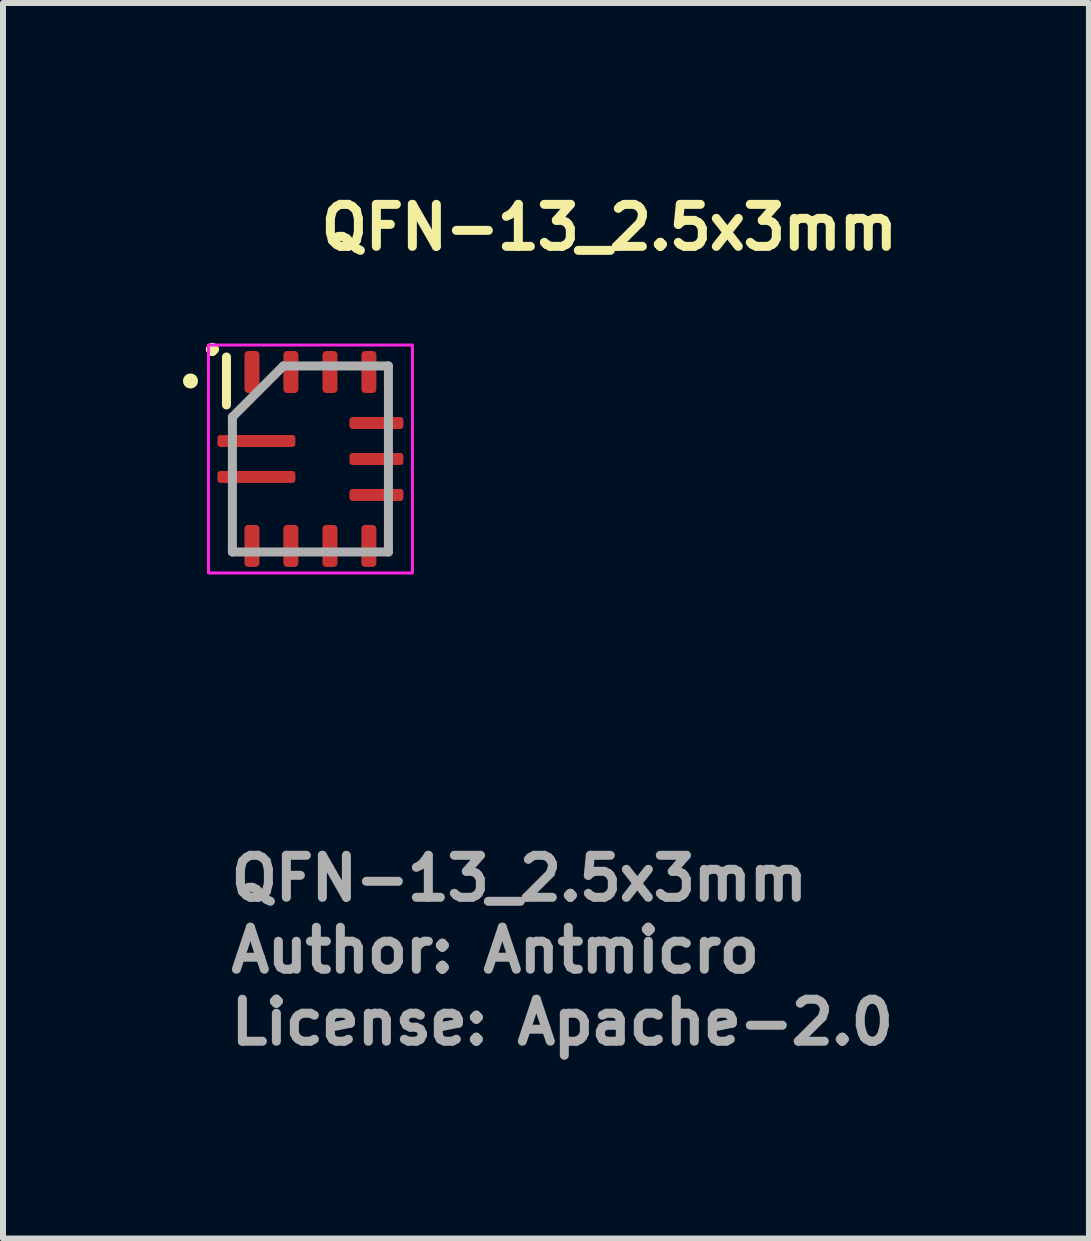
<source format=kicad_pcb>
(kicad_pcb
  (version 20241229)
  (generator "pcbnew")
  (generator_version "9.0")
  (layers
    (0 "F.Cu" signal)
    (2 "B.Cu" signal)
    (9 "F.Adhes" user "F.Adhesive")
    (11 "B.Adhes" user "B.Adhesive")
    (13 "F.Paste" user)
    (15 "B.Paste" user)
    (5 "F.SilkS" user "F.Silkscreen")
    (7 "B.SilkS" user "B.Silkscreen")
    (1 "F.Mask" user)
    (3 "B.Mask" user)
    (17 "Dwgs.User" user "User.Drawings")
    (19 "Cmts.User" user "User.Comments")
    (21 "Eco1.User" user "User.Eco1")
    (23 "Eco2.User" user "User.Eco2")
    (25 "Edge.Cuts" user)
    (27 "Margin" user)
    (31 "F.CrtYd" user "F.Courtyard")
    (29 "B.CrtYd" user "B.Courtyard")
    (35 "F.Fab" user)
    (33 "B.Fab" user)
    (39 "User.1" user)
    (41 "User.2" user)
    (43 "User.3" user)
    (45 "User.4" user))
  (footprint "QFN-13_2.5x3mm"
    (layer "F.Cu")
    (at 2.125 4.601)
    (property "Reference" "QFN-13_2.5x3mm" (at 0.1 -3.451 0) (unlocked yes) (layer "F.SilkS") (effects (font (size 0.7 0.7) (thickness 0.15)) (justify left bottom)))
    (attr smd)
    (fp_line (start -1.4 -0.901) (end -1.4 -1.7) (stroke (width 0.15) (type solid)) (layer "F.SilkS"))
    (fp_circle (center -2 -1.3) (end -1.95 -1.3) (stroke (width 0.15) (type solid)) (fill yes) (layer "F.SilkS"))
    (fp_rect (start 1.7 1.9) (end -1.7 -1.9) (stroke (width 0.05) (type solid)) (fill no) (layer "F.CrtYd"))
    (fp_line (start -1.301 -0.7) (end -0.451 -1.551) (stroke (width 0.15) (type solid)) (layer "F.Fab"))
    (fp_line (start -1.301 1.55) (end -1.301 -0.7) (stroke (width 0.15) (type solid)) (layer "F.Fab"))
    (fp_line (start -0.451 -1.551) (end 1.3 -1.551) (stroke (width 0.15) (type solid)) (layer "F.Fab"))
    (fp_line (start 1.3 -1.551) (end 1.3 1.55) (stroke (width 0.15) (type solid)) (layer "F.Fab"))
    (fp_line (start 1.3 1.55) (end -1.301 1.55) (stroke (width 0.15) (type solid)) (layer "F.Fab"))
    (fp_line (start -1.25 -1.5) (end 1.25 -1.5) (stroke (width 0.1) (type solid)) (layer "User.9"))
    (fp_line (start -1.25 1.5) (end -1.25 -1.5) (stroke (width 0.1) (type solid)) (layer "User.9"))
    (fp_line (start -0.962 -1.088) (end -0.959 -1.06) (stroke (width 0.1) (type solid)) (layer "User.9"))
    (fp_line (start -0.959 -1.115) (end -0.962 -1.088) (stroke (width 0.1) (type solid)) (layer "User.9"))
    (fp_line (start -0.959 -1.06) (end -0.948 -1.035) (stroke (width 0.1) (type solid)) (layer "User.9"))
    (fp_line (start -0.948 -1.141) (end -0.959 -1.115) (stroke (width 0.1) (type solid)) (layer "User.9"))
    (fp_line (start -0.948 -1.035) (end -0.931 -1.013) (stroke (width 0.1) (type solid)) (layer "User.9"))
    (fp_line (start -0.931 -1.163) (end -0.948 -1.141) (stroke (width 0.1) (type solid)) (layer "User.9"))
    (fp_line (start -0.931 -1.013) (end -0.909 -0.996) (stroke (width 0.1) (type solid)) (layer "User.9"))
    (fp_line (start -0.909 -1.179) (end -0.931 -1.163) (stroke (width 0.1) (type solid)) (layer "User.9"))
    (fp_line (start -0.909 -0.996) (end -0.884 -0.985) (stroke (width 0.1) (type solid)) (layer "User.9"))
    (fp_line (start -0.884 -1.19) (end -0.909 -1.179) (stroke (width 0.1) (type solid)) (layer "User.9"))
    (fp_line (start -0.884 -0.985) (end -0.856 -0.982) (stroke (width 0.1) (type solid)) (layer "User.9"))
    (fp_line (start -0.856 -1.194) (end -0.884 -1.19) (stroke (width 0.1) (type solid)) (layer "User.9"))
    (fp_line (start -0.856 -0.982) (end -0.829 -0.985) (stroke (width 0.1) (type solid)) (layer "User.9"))
    (fp_line (start -0.829 -1.19) (end -0.856 -1.194) (stroke (width 0.1) (type solid)) (layer "User.9"))
    (fp_line (start -0.829 -0.985) (end -0.803 -0.996) (stroke (width 0.1) (type solid)) (layer "User.9"))
    (fp_line (start -0.803 -1.179) (end -0.829 -1.19) (stroke (width 0.1) (type solid)) (layer "User.9"))
    (fp_line (start -0.803 -0.996) (end -0.781 -1.013) (stroke (width 0.1) (type solid)) (layer "User.9"))
    (fp_line (start -0.781 -1.163) (end -0.803 -1.179) (stroke (width 0.1) (type solid)) (layer "User.9"))
    (fp_line (start -0.781 -1.013) (end -0.764 -1.035) (stroke (width 0.1) (type solid)) (layer "User.9"))
    (fp_line (start -0.764 -1.141) (end -0.781 -1.163) (stroke (width 0.1) (type solid)) (layer "User.9"))
    (fp_line (start -0.764 -1.035) (end -0.754 -1.06) (stroke (width 0.1) (type solid)) (layer "User.9"))
    (fp_line (start -0.754 -1.115) (end -0.764 -1.141) (stroke (width 0.1) (type solid)) (layer "User.9"))
    (fp_line (start -0.754 -1.06) (end -0.75 -1.088) (stroke (width 0.1) (type solid)) (layer "User.9"))
    (fp_line (start -0.75 -1.088) (end -0.754 -1.115) (stroke (width 0.1) (type solid)) (layer "User.9"))
    (fp_line (start 1.25 -1.5) (end 1.25 1.5) (stroke (width 0.1) (type solid)) (layer "User.9"))
    (fp_line (start 1.25 1.5) (end -1.25 1.5) (stroke (width 0.1) (type solid)) (layer "User.9"))
    (fp_text user "." (at -1.9 -1.7 0) (unlocked yes) (layer "F.SilkS") (effects (font (size 0.7 0.7) (thickness 0.15)) (justify left bottom)))
    (fp_text user "Author: Antmicro" (at -1.4 8.599 0) (layer "F.Fab") (effects (font (size 0.7 0.7) (thickness 0.15)) (justify left bottom)))
    (fp_text user "${REFERENCE}" (at -1.4 7.4 0) (unlocked yes) (layer "F.Fab") (effects (font (size 0.7 0.7) (thickness 0.15)) (justify left bottom)))
    (fp_text user "License: Apache-2.0" (at -1.4 9.799 0) (layer "F.Fab") (effects (font (size 0.7 0.7) (thickness 0.15)) (justify left bottom)))
    (pad "1" smd roundrect (at -0.901 -0.3 180) (size 1.3 0.2) (layers "F.Cu" "F.Mask" "F.Paste") (roundrect_rratio 0.25))
    (pad "2" smd roundrect (at -0.901 0.299 180) (size 1.3 0.2) (layers "F.Cu" "F.Mask" "F.Paste") (roundrect_rratio 0.25))
    (pad "3" smd roundrect (at -0.975 1.449 90) (size 0.7 0.25) (layers "F.Cu" "F.Mask" "F.Paste") (roundrect_rratio 0.25))
    (pad "4" smd roundrect (at -0.326 1.449 90) (size 0.7 0.25) (layers "F.Cu" "F.Mask" "F.Paste") (roundrect_rratio 0.25))
    (pad "5" smd roundrect (at 0.325 1.449 90) (size 0.7 0.25) (layers "F.Cu" "F.Mask" "F.Paste") (roundrect_rratio 0.25))
    (pad "6" smd roundrect (at 0.974 1.449 90) (size 0.7 0.25) (layers "F.Cu" "F.Mask" "F.Paste") (roundrect_rratio 0.25))
    (pad "7" smd roundrect (at 1.1 0.599 180) (size 0.9 0.2) (layers "F.Cu" "F.Mask" "F.Paste") (roundrect_rratio 0.25))
    (pad "8" smd roundrect (at 1.1 0 180) (size 0.9 0.2) (layers "F.Cu" "F.Mask" "F.Paste") (roundrect_rratio 0.25))
    (pad "9" smd roundrect (at 1.1 -0.6 180) (size 0.9 0.2) (layers "F.Cu" "F.Mask" "F.Paste") (roundrect_rratio 0.25))
    (pad "10" smd roundrect (at 0.974 -1.45 90) (size 0.7 0.25) (layers "F.Cu" "F.Mask" "F.Paste") (roundrect_rratio 0.25))
    (pad "11" smd roundrect (at 0.325 -1.45 90) (size 0.7 0.25) (layers "F.Cu" "F.Mask" "F.Paste") (roundrect_rratio 0.25))
    (pad "12" smd roundrect (at -0.326 -1.45 90) (size 0.7 0.25) (layers "F.Cu" "F.Mask" "F.Paste") (roundrect_rratio 0.25))
    (pad "13" smd roundrect (at -0.975 -1.45 90) (size 0.7 0.25) (layers "F.Cu" "F.Mask" "F.Paste") (roundrect_rratio 0.25)))
  (gr_rect
    (start -3 -3)
    (end 15.102 17.596)
    (stroke (width 0.1) (type default))
    (fill no)
    (layer "Edge.Cuts")))
</source>
